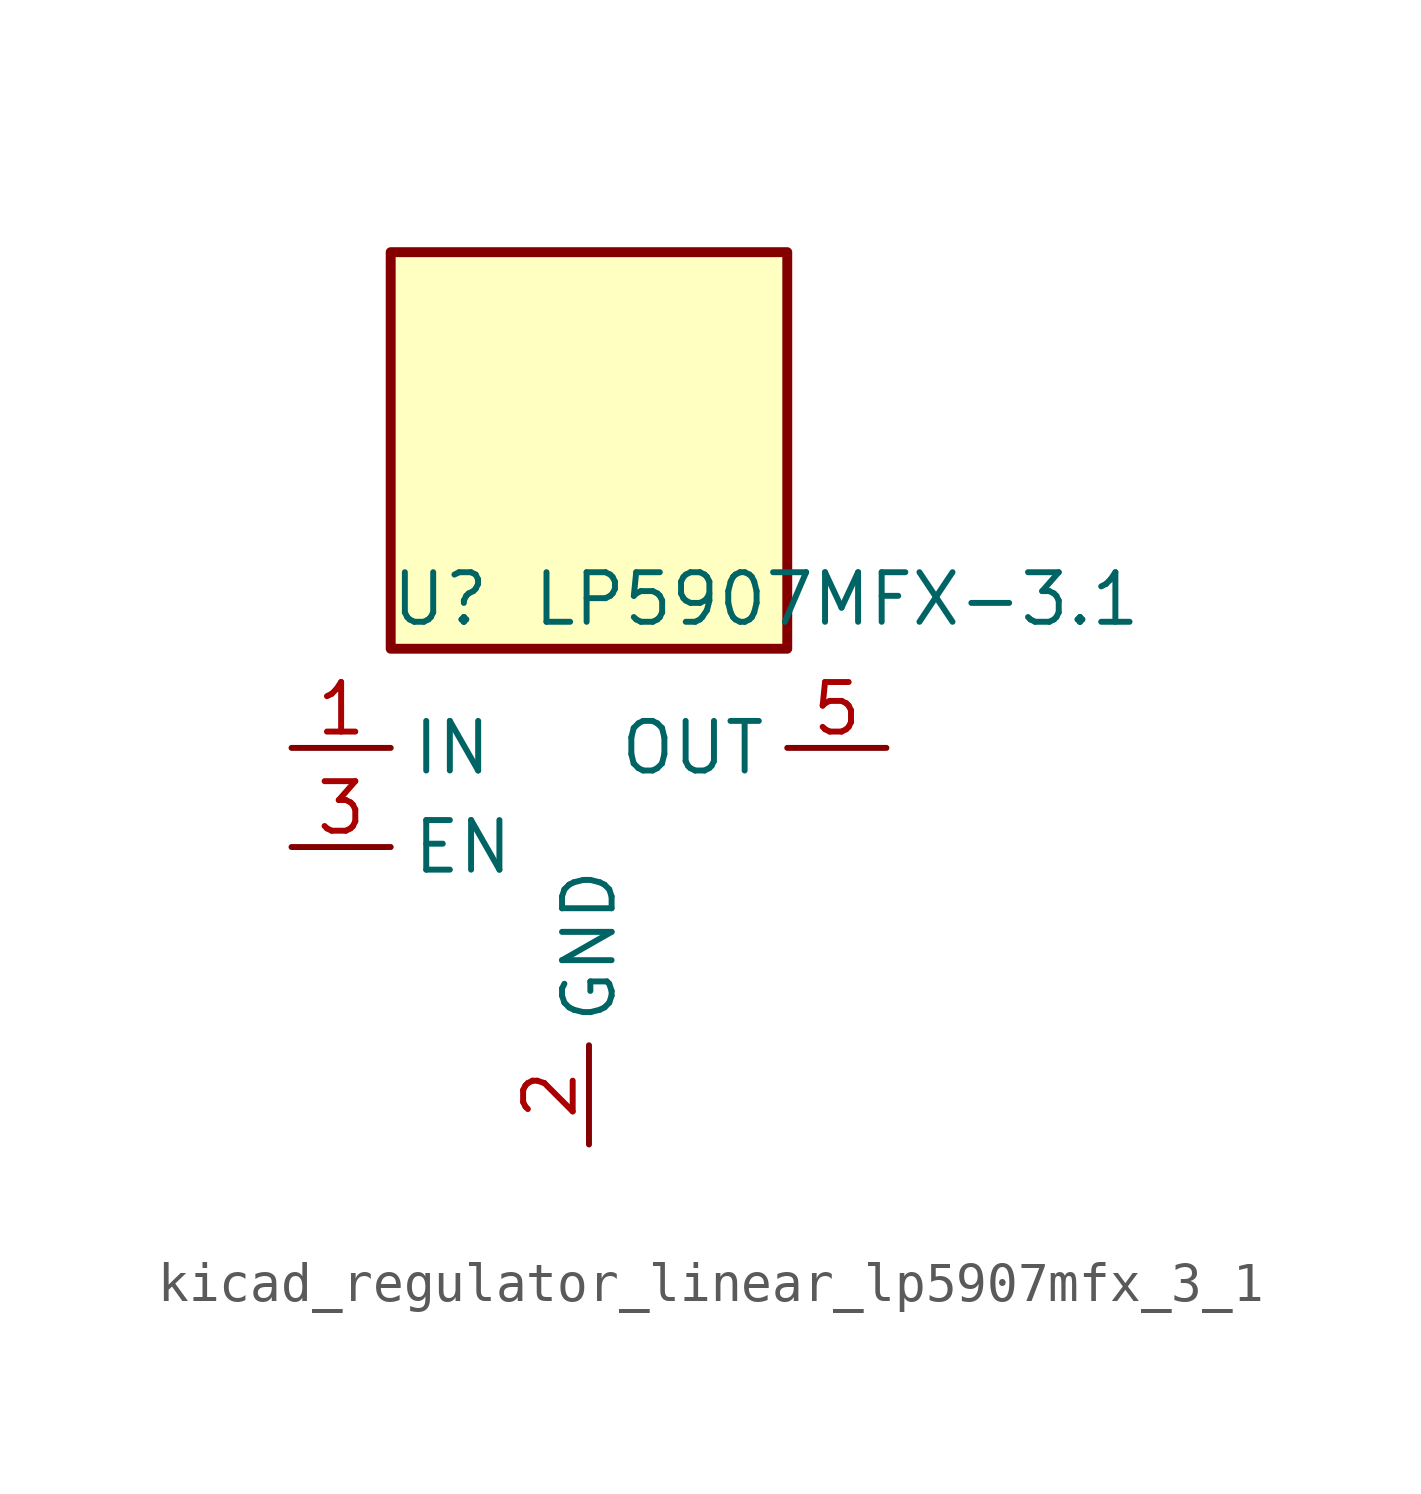
<source format=kicad_sym>
(kicad_symbol_lib
  (version 20220914)
  (generator kicad_symbol_editor)
  (symbol "kicad_regulator_linear_lp5907mfx_3_1"
    (property "Reference" "U"
      (at -3.81 6.35 0)
      (effects (font (size 1.27 1.27))))
    (property "Value" "LP5907MFX-3.1"
      (at 6.35 6.35 0)
      (effects (font (size 1.27 1.27))))
    (symbol "kicad_regulator_linear_lp5907mfx_3_1_0_1"
      (rectangle (start 5.08 15.24) (end -5.08 5.08) (stroke (width 0.254) (type default)) (fill (type background)))
      (pin power_in line (at -7.62 2.54 0) (length 2.54) (name "IN" (effects (font (size 1.27 1.27)))) (number "1" (effects (font (size 1.27 1.27)))))
      (pin power_in line (at 0 -7.62 90) (length 2.54) (name "GND" (effects (font (size 1.27 1.27)))) (number "2" (effects (font (size 1.27 1.27)))))
      (pin input line (at -7.62 0 0) (length 2.54) (name "EN" (effects (font (size 1.27 1.27)))) (number "3" (effects (font (size 1.27 1.27)))))
      (pin no_connect line (at 5.08 0 180) (length 2.54) hide (name "NC" (effects (font (size 1.27 1.27)))) (number "4" (effects (font (size 1.27 1.27)))))
      (pin power_out line (at 7.62 2.54 180) (length 2.54) (name "OUT" (effects (font (size 1.27 1.27)))) (number "5" (effects (font (size 1.27 1.27))))))))
</source>
